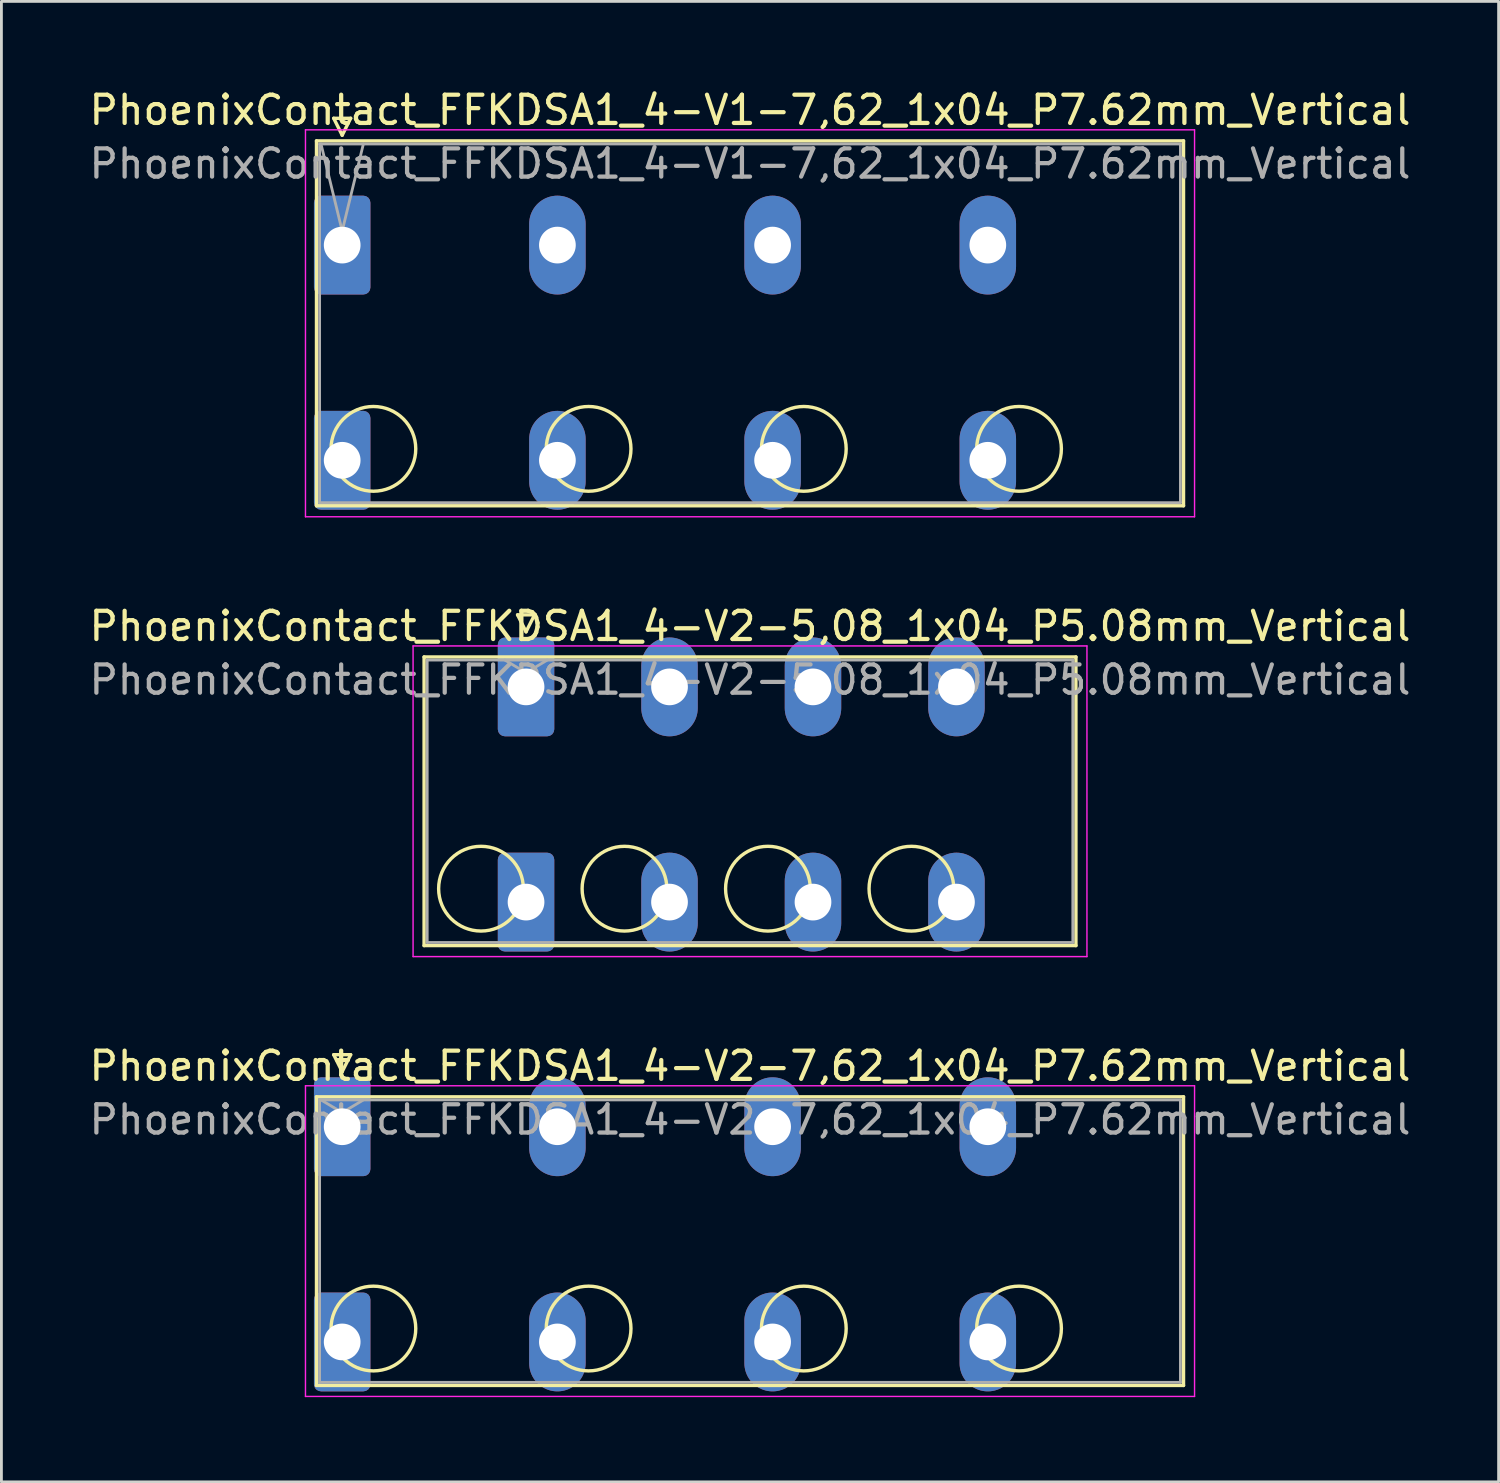
<source format=kicad_pcb>
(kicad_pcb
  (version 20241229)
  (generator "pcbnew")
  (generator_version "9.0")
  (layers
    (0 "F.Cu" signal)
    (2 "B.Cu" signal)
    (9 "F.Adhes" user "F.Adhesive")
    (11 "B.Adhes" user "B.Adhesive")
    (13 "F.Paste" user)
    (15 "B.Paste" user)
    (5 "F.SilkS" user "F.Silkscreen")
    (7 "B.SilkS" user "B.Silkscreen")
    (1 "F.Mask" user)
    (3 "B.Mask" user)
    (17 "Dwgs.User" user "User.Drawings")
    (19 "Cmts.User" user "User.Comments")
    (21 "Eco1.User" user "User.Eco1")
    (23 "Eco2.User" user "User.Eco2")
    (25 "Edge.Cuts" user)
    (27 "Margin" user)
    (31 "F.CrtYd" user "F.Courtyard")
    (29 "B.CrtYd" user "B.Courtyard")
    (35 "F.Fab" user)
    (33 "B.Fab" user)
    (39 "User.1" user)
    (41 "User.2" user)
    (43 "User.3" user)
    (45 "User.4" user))
  (footprint "PhoenixContact_FFKDSA1_4-V2-7,62_1x04_P7.62mm_Vertical"
    (layer "F.Cu")
    (at 9.066 36.845)
    (property "Reference" "PhoenixContact_FFKDSA1_4-V2-7,62_1x04_P7.62mm_Vertical" (at 14.44 -2.15 0) (layer "F.SilkS") (effects (font (size 1 1) (thickness 0.15))))
    (attr through_hole)
    (fp_line (start -0.91 -1.06) (end -0.91 9.16) (stroke (width 0.12) (type solid)) (layer "F.SilkS"))
    (fp_line (start -0.91 9.16) (end 29.79 9.16) (stroke (width 0.12) (type solid)) (layer "F.SilkS"))
    (fp_line (start -0.3 -2.55) (end 0.3 -2.55) (stroke (width 0.12) (type solid)) (layer "F.SilkS"))
    (fp_line (start 0 -1.95) (end -0.3 -2.55) (stroke (width 0.12) (type solid)) (layer "F.SilkS"))
    (fp_line (start 0.3 -2.55) (end 0 -1.95) (stroke (width 0.12) (type solid)) (layer "F.SilkS"))
    (fp_line (start 29.79 -1.06) (end -0.91 -1.06) (stroke (width 0.12) (type solid)) (layer "F.SilkS"))
    (fp_line (start 29.79 9.16) (end 29.79 -1.06) (stroke (width 0.12) (type solid)) (layer "F.SilkS"))
    (fp_circle (center 1.105 7.145) (end 2.605 7.145) (stroke (width 0.12) (type solid)) (fill no) (layer "F.SilkS"))
    (fp_circle (center 8.725 7.145) (end 10.225 7.145) (stroke (width 0.12) (type solid)) (fill no) (layer "F.SilkS"))
    (fp_circle (center 16.345 7.145) (end 17.845 7.145) (stroke (width 0.12) (type solid)) (fill no) (layer "F.SilkS"))
    (fp_circle (center 23.965 7.145) (end 25.465 7.145) (stroke (width 0.12) (type solid)) (fill no) (layer "F.SilkS"))
    (fp_line (start -1.3 -1.45) (end -1.3 9.55) (stroke (width 0.05) (type solid)) (layer "F.CrtYd"))
    (fp_line (start -1.3 9.55) (end 30.18 9.55) (stroke (width 0.05) (type solid)) (layer "F.CrtYd"))
    (fp_line (start 30.18 -1.45) (end -1.3 -1.45) (stroke (width 0.05) (type solid)) (layer "F.CrtYd"))
    (fp_line (start 30.18 9.55) (end 30.18 -1.45) (stroke (width 0.05) (type solid)) (layer "F.CrtYd"))
    (fp_line (start -0.8 -0.95) (end -0.8 9.05) (stroke (width 0.1) (type solid)) (layer "F.Fab"))
    (fp_line (start -0.8 9.05) (end 29.68 9.05) (stroke (width 0.1) (type solid)) (layer "F.Fab"))
    (fp_line (start 0 -0.5) (end -0.75 -0.95) (stroke (width 0.1) (type solid)) (layer "F.Fab"))
    (fp_line (start 0.75 -0.95) (end 0 -0.5) (stroke (width 0.1) (type solid)) (layer "F.Fab"))
    (fp_line (start 29.68 -0.95) (end -0.8 -0.95) (stroke (width 0.1) (type solid)) (layer "F.Fab"))
    (fp_line (start 29.68 9.05) (end 29.68 -0.95) (stroke (width 0.1) (type solid)) (layer "F.Fab"))
    (fp_text user "${REFERENCE}" (at 14.44 -0.25 0) (layer "F.Fab") (effects (font (size 1 1) (thickness 0.15))))
    (pad "1" thru_hole roundrect (at 0 0) (size 2 3.5) (drill 1.3) (layers "*.Cu" "*.Mask") (roundrect_rratio 0.125))
    (pad "1" thru_hole roundrect (at 0 7.62) (size 2 3.5) (drill 1.3) (layers "*.Cu" "*.Mask") (roundrect_rratio 0.125))
    (pad "2" thru_hole oval (at 7.62 0) (size 2 3.5) (drill 1.3) (layers "*.Cu" "*.Mask"))
    (pad "2" thru_hole oval (at 7.62 7.62) (size 2 3.5) (drill 1.3) (layers "*.Cu" "*.Mask"))
    (pad "3" thru_hole oval (at 15.24 0) (size 2 3.5) (drill 1.3) (layers "*.Cu" "*.Mask"))
    (pad "3" thru_hole oval (at 15.24 7.62) (size 2 3.5) (drill 1.3) (layers "*.Cu" "*.Mask"))
    (pad "4" thru_hole oval (at 22.86 0) (size 2 3.5) (drill 1.3) (layers "*.Cu" "*.Mask"))
    (pad "4" thru_hole oval (at 22.86 7.62) (size 2 3.5) (drill 1.3) (layers "*.Cu" "*.Mask")))
  (footprint "PhoenixContact_FFKDSA1_4-V1-7,62_1x04_P7.62mm_Vertical"
    (layer "F.Cu")
    (at 9.066 5.628)
    (property "Reference" "PhoenixContact_FFKDSA1_4-V1-7,62_1x04_P7.62mm_Vertical" (at 14.44 -4.78 0) (layer "F.SilkS") (effects (font (size 1 1) (thickness 0.15))))
    (attr through_hole)
    (fp_line (start -0.91 -3.69) (end -0.91 9.23) (stroke (width 0.12) (type solid)) (layer "F.SilkS"))
    (fp_line (start -0.91 9.23) (end 29.79 9.23) (stroke (width 0.12) (type solid)) (layer "F.SilkS"))
    (fp_line (start -0.3 -4.49) (end 0.3 -4.49) (stroke (width 0.12) (type solid)) (layer "F.SilkS"))
    (fp_line (start 0 -3.89) (end -0.3 -4.49) (stroke (width 0.12) (type solid)) (layer "F.SilkS"))
    (fp_line (start 0.3 -4.49) (end 0 -3.89) (stroke (width 0.12) (type solid)) (layer "F.SilkS"))
    (fp_line (start 29.79 -3.69) (end -0.91 -3.69) (stroke (width 0.12) (type solid)) (layer "F.SilkS"))
    (fp_line (start 29.79 9.23) (end 29.79 -3.69) (stroke (width 0.12) (type solid)) (layer "F.SilkS"))
    (fp_circle (center 1.105 7.215) (end 2.605 7.215) (stroke (width 0.12) (type solid)) (fill no) (layer "F.SilkS"))
    (fp_circle (center 8.725 7.215) (end 10.225 7.215) (stroke (width 0.12) (type solid)) (fill no) (layer "F.SilkS"))
    (fp_circle (center 16.345 7.215) (end 17.845 7.215) (stroke (width 0.12) (type solid)) (fill no) (layer "F.SilkS"))
    (fp_circle (center 23.965 7.215) (end 25.465 7.215) (stroke (width 0.12) (type solid)) (fill no) (layer "F.SilkS"))
    (fp_line (start -1.3 -4.08) (end -1.3 9.62) (stroke (width 0.05) (type solid)) (layer "F.CrtYd"))
    (fp_line (start -1.3 9.62) (end 30.18 9.62) (stroke (width 0.05) (type solid)) (layer "F.CrtYd"))
    (fp_line (start 30.18 -4.08) (end -1.3 -4.08) (stroke (width 0.05) (type solid)) (layer "F.CrtYd"))
    (fp_line (start 30.18 9.62) (end 30.18 -4.08) (stroke (width 0.05) (type solid)) (layer "F.CrtYd"))
    (fp_line (start -0.8 -3.58) (end -0.8 9.12) (stroke (width 0.1) (type solid)) (layer "F.Fab"))
    (fp_line (start -0.8 9.12) (end 29.68 9.12) (stroke (width 0.1) (type solid)) (layer "F.Fab"))
    (fp_line (start 0 -0.5) (end -0.75 -3.58) (stroke (width 0.1) (type solid)) (layer "F.Fab"))
    (fp_line (start 0.75 -3.58) (end 0 -0.5) (stroke (width 0.1) (type solid)) (layer "F.Fab"))
    (fp_line (start 29.68 -3.58) (end -0.8 -3.58) (stroke (width 0.1) (type solid)) (layer "F.Fab"))
    (fp_line (start 29.68 9.12) (end 29.68 -3.58) (stroke (width 0.1) (type solid)) (layer "F.Fab"))
    (fp_text user "${REFERENCE}" (at 14.44 -2.88 0) (layer "F.Fab") (effects (font (size 1 1) (thickness 0.15))))
    (pad "1" thru_hole roundrect (at 0 0) (size 2 3.5) (drill 1.3) (layers "*.Cu" "*.Mask") (roundrect_rratio 0.125))
    (pad "1" thru_hole roundrect (at 0 7.62) (size 2 3.5) (drill 1.3) (layers "*.Cu" "*.Mask") (roundrect_rratio 0.125))
    (pad "2" thru_hole oval (at 7.62 0) (size 2 3.5) (drill 1.3) (layers "*.Cu" "*.Mask"))
    (pad "2" thru_hole oval (at 7.62 7.62) (size 2 3.5) (drill 1.3) (layers "*.Cu" "*.Mask"))
    (pad "3" thru_hole oval (at 15.24 0) (size 2 3.5) (drill 1.3) (layers "*.Cu" "*.Mask"))
    (pad "3" thru_hole oval (at 15.24 7.62) (size 2 3.5) (drill 1.3) (layers "*.Cu" "*.Mask"))
    (pad "4" thru_hole oval (at 22.86 0) (size 2 3.5) (drill 1.3) (layers "*.Cu" "*.Mask"))
    (pad "4" thru_hole oval (at 22.86 7.62) (size 2 3.5) (drill 1.3) (layers "*.Cu" "*.Mask")))
  (footprint "PhoenixContact_FFKDSA1_4-V2-5,08_1x04_P5.08mm_Vertical"
    (layer "F.Cu")
    (at 15.576 21.271)
    (property "Reference" "PhoenixContact_FFKDSA1_4-V2-5,08_1x04_P5.08mm_Vertical" (at 7.93 -2.15 0) (layer "F.SilkS") (effects (font (size 1 1) (thickness 0.15))))
    (attr through_hole)
    (fp_line (start -3.61 -1.06) (end -3.61 9.16) (stroke (width 0.12) (type solid)) (layer "F.SilkS"))
    (fp_line (start -3.61 9.16) (end 19.47 9.16) (stroke (width 0.12) (type solid)) (layer "F.SilkS"))
    (fp_line (start -0.3 -2.55) (end 0.3 -2.55) (stroke (width 0.12) (type solid)) (layer "F.SilkS"))
    (fp_line (start 0 -1.95) (end -0.3 -2.55) (stroke (width 0.12) (type solid)) (layer "F.SilkS"))
    (fp_line (start 0.3 -2.55) (end 0 -1.95) (stroke (width 0.12) (type solid)) (layer "F.SilkS"))
    (fp_line (start 19.47 -1.06) (end -3.61 -1.06) (stroke (width 0.12) (type solid)) (layer "F.SilkS"))
    (fp_line (start 19.47 9.16) (end 19.47 -1.06) (stroke (width 0.12) (type solid)) (layer "F.SilkS"))
    (fp_circle (center -1.595 7.145) (end -0.095 7.145) (stroke (width 0.12) (type solid)) (fill no) (layer "F.SilkS"))
    (fp_circle (center 3.485 7.145) (end 4.985 7.145) (stroke (width 0.12) (type solid)) (fill no) (layer "F.SilkS"))
    (fp_circle (center 8.565 7.145) (end 10.065 7.145) (stroke (width 0.12) (type solid)) (fill no) (layer "F.SilkS"))
    (fp_circle (center 13.645 7.145) (end 15.145 7.145) (stroke (width 0.12) (type solid)) (fill no) (layer "F.SilkS"))
    (fp_line (start -4 -1.45) (end -4 9.55) (stroke (width 0.05) (type solid)) (layer "F.CrtYd"))
    (fp_line (start -4 9.55) (end 19.86 9.55) (stroke (width 0.05) (type solid)) (layer "F.CrtYd"))
    (fp_line (start 19.86 -1.45) (end -4 -1.45) (stroke (width 0.05) (type solid)) (layer "F.CrtYd"))
    (fp_line (start 19.86 9.55) (end 19.86 -1.45) (stroke (width 0.05) (type solid)) (layer "F.CrtYd"))
    (fp_line (start -3.5 -0.95) (end -3.5 9.05) (stroke (width 0.1) (type solid)) (layer "F.Fab"))
    (fp_line (start -3.5 9.05) (end 19.36 9.05) (stroke (width 0.1) (type solid)) (layer "F.Fab"))
    (fp_line (start 0 -0.5) (end -0.75 -0.95) (stroke (width 0.1) (type solid)) (layer "F.Fab"))
    (fp_line (start 0.75 -0.95) (end 0 -0.5) (stroke (width 0.1) (type solid)) (layer "F.Fab"))
    (fp_line (start 19.36 -0.95) (end -3.5 -0.95) (stroke (width 0.1) (type solid)) (layer "F.Fab"))
    (fp_line (start 19.36 9.05) (end 19.36 -0.95) (stroke (width 0.1) (type solid)) (layer "F.Fab"))
    (fp_text user "${REFERENCE}" (at 7.93 -0.25 0) (layer "F.Fab") (effects (font (size 1 1) (thickness 0.15))))
    (pad "1" thru_hole roundrect (at 0 0) (size 2 3.5) (drill 1.3) (layers "*.Cu" "*.Mask") (roundrect_rratio 0.125))
    (pad "1" thru_hole roundrect (at 0 7.62) (size 2 3.5) (drill 1.3) (layers "*.Cu" "*.Mask") (roundrect_rratio 0.125))
    (pad "2" thru_hole oval (at 5.08 0) (size 2 3.5) (drill 1.3) (layers "*.Cu" "*.Mask"))
    (pad "2" thru_hole oval (at 5.08 7.62) (size 2 3.5) (drill 1.3) (layers "*.Cu" "*.Mask"))
    (pad "3" thru_hole oval (at 10.16 0) (size 2 3.5) (drill 1.3) (layers "*.Cu" "*.Mask"))
    (pad "3" thru_hole oval (at 10.16 7.62) (size 2 3.5) (drill 1.3) (layers "*.Cu" "*.Mask"))
    (pad "4" thru_hole oval (at 15.24 0) (size 2 3.5) (drill 1.3) (layers "*.Cu" "*.Mask"))
    (pad "4" thru_hole oval (at 15.24 7.62) (size 2 3.5) (drill 1.3) (layers "*.Cu" "*.Mask")))
  (gr_rect
    (start -3 -3)
    (end 50.012 49.42)
    (stroke (width 0.1) (type default))
    (fill no)
    (layer "Edge.Cuts")))
</source>
